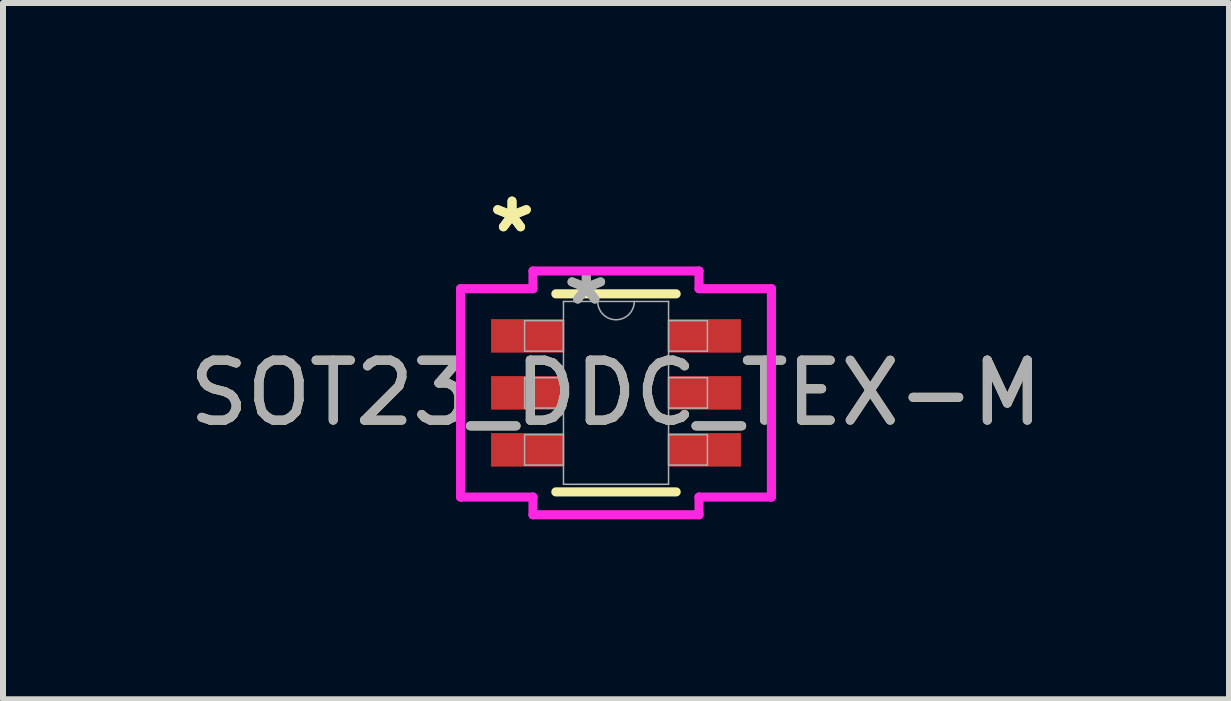
<source format=kicad_pcb>
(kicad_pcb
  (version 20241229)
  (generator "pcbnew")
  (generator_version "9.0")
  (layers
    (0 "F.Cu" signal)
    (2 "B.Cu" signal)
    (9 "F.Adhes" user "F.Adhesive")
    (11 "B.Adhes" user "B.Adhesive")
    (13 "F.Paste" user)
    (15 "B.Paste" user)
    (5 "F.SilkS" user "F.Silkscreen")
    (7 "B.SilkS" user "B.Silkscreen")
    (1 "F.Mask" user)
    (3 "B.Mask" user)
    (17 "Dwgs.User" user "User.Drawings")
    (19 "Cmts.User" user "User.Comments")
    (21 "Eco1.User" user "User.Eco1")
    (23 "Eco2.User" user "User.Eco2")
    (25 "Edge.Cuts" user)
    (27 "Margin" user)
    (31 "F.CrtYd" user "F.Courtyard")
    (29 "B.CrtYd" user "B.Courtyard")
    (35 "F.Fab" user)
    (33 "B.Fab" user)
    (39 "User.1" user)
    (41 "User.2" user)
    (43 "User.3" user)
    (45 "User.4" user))
  (footprint "SOT23_DDC_TEX-M"
    (layer "F.Cu")
    (at 7.22 3.5)
    (property "Reference" "SOT23_DDC_TEX-M" (at 0 0 0) (unlocked yes) (layer "F.SilkS") (effects (font (size 1 1) (thickness 0.15))))
    (attr smd)
    (fp_line (start -1.003 1.651) (end 1.003 1.651) (stroke (width 0.152) (type solid)) (layer "F.SilkS"))
    (fp_line (start 1.003 -1.651) (end -1.003 -1.651) (stroke (width 0.152) (type solid)) (layer "F.SilkS"))
    (fp_line (start -2.591 -1.737) (end -1.384 -1.737) (stroke (width 0.152) (type solid)) (layer "F.CrtYd"))
    (fp_line (start -2.591 1.737) (end -2.591 -1.737) (stroke (width 0.152) (type solid)) (layer "F.CrtYd"))
    (fp_line (start -2.591 1.737) (end -1.384 1.737) (stroke (width 0.152) (type solid)) (layer "F.CrtYd"))
    (fp_line (start -1.384 -2.032) (end 1.384 -2.032) (stroke (width 0.152) (type solid)) (layer "F.CrtYd"))
    (fp_line (start -1.384 -1.737) (end -1.384 -2.032) (stroke (width 0.152) (type solid)) (layer "F.CrtYd"))
    (fp_line (start -1.384 2.032) (end -1.384 1.737) (stroke (width 0.152) (type solid)) (layer "F.CrtYd"))
    (fp_line (start 1.384 -2.032) (end 1.384 -1.737) (stroke (width 0.152) (type solid)) (layer "F.CrtYd"))
    (fp_line (start 1.384 1.737) (end 1.384 2.032) (stroke (width 0.152) (type solid)) (layer "F.CrtYd"))
    (fp_line (start 1.384 2.032) (end -1.384 2.032) (stroke (width 0.152) (type solid)) (layer "F.CrtYd"))
    (fp_line (start 2.591 -1.737) (end 1.384 -1.737) (stroke (width 0.152) (type solid)) (layer "F.CrtYd"))
    (fp_line (start 2.591 -1.737) (end 2.591 1.737) (stroke (width 0.152) (type solid)) (layer "F.CrtYd"))
    (fp_line (start 2.591 1.737) (end 1.384 1.737) (stroke (width 0.152) (type solid)) (layer "F.CrtYd"))
    (fp_line (start -1.524 -1.204) (end -1.524 -0.696) (stroke (width 0.025) (type solid)) (layer "F.Fab"))
    (fp_line (start -1.524 -0.696) (end -0.876 -0.696) (stroke (width 0.025) (type solid)) (layer "F.Fab"))
    (fp_line (start -1.524 -0.254) (end -1.524 0.254) (stroke (width 0.025) (type solid)) (layer "F.Fab"))
    (fp_line (start -1.524 0.254) (end -0.876 0.254) (stroke (width 0.025) (type solid)) (layer "F.Fab"))
    (fp_line (start -1.524 0.696) (end -1.524 1.204) (stroke (width 0.025) (type solid)) (layer "F.Fab"))
    (fp_line (start -1.524 1.204) (end -0.876 1.204) (stroke (width 0.025) (type solid)) (layer "F.Fab"))
    (fp_line (start -0.876 -1.524) (end -0.876 1.524) (stroke (width 0.025) (type solid)) (layer "F.Fab"))
    (fp_line (start -0.876 -1.204) (end -1.524 -1.204) (stroke (width 0.025) (type solid)) (layer "F.Fab"))
    (fp_line (start -0.876 -0.696) (end -0.876 -1.204) (stroke (width 0.025) (type solid)) (layer "F.Fab"))
    (fp_line (start -0.876 -0.254) (end -1.524 -0.254) (stroke (width 0.025) (type solid)) (layer "F.Fab"))
    (fp_line (start -0.876 0.254) (end -0.876 -0.254) (stroke (width 0.025) (type solid)) (layer "F.Fab"))
    (fp_line (start -0.876 0.696) (end -1.524 0.696) (stroke (width 0.025) (type solid)) (layer "F.Fab"))
    (fp_line (start -0.876 1.204) (end -0.876 0.696) (stroke (width 0.025) (type solid)) (layer "F.Fab"))
    (fp_line (start -0.876 1.524) (end 0.876 1.524) (stroke (width 0.025) (type solid)) (layer "F.Fab"))
    (fp_line (start 0.876 -1.524) (end -0.876 -1.524) (stroke (width 0.025) (type solid)) (layer "F.Fab"))
    (fp_line (start 0.876 -1.204) (end 0.876 -0.696) (stroke (width 0.025) (type solid)) (layer "F.Fab"))
    (fp_line (start 0.876 -0.696) (end 1.524 -0.696) (stroke (width 0.025) (type solid)) (layer "F.Fab"))
    (fp_line (start 0.876 -0.254) (end 0.876 0.254) (stroke (width 0.025) (type solid)) (layer "F.Fab"))
    (fp_line (start 0.876 0.254) (end 1.524 0.254) (stroke (width 0.025) (type solid)) (layer "F.Fab"))
    (fp_line (start 0.876 0.696) (end 0.876 1.204) (stroke (width 0.025) (type solid)) (layer "F.Fab"))
    (fp_line (start 0.876 1.204) (end 1.524 1.204) (stroke (width 0.025) (type solid)) (layer "F.Fab"))
    (fp_line (start 0.876 1.524) (end 0.876 -1.524) (stroke (width 0.025) (type solid)) (layer "F.Fab"))
    (fp_line (start 1.524 -1.204) (end 0.876 -1.204) (stroke (width 0.025) (type solid)) (layer "F.Fab"))
    (fp_line (start 1.524 -0.696) (end 1.524 -1.204) (stroke (width 0.025) (type solid)) (layer "F.Fab"))
    (fp_line (start 1.524 -0.254) (end 0.876 -0.254) (stroke (width 0.025) (type solid)) (layer "F.Fab"))
    (fp_line (start 1.524 0.254) (end 1.524 -0.254) (stroke (width 0.025) (type solid)) (layer "F.Fab"))
    (fp_line (start 1.524 0.696) (end 0.876 0.696) (stroke (width 0.025) (type solid)) (layer "F.Fab"))
    (fp_line (start 1.524 1.204) (end 1.524 0.696) (stroke (width 0.025) (type solid)) (layer "F.Fab"))
    (fp_arc (start 0.3048 -1.524) (mid 0 -1.2192) (end -0.3048 -1.524) (stroke (width 0.0254) (type solid)) (layer "F.Fab"))
    (fp_text user "*" (at -1.734 -2.652 0) (unlocked yes) (layer "F.SilkS") (effects (font (size 1 1) (thickness 0.15))))
    (fp_text user "*" (at -1.734 -2.652 0) (layer "F.SilkS") (effects (font (size 1 1) (thickness 0.15))))
    (fp_text user "*" (at -0.495 -1.448 0) (unlocked yes) (layer "F.Fab") (effects (font (size 1 1) (thickness 0.15))))
    (fp_text user "*" (at -0.495 -1.448 0) (layer "F.Fab") (effects (font (size 1 1) (thickness 0.15))))
    (fp_text user "${REFERENCE}" (at 0 0 0) (unlocked yes) (layer "F.Fab") (effects (font (size 1 1) (thickness 0.15))))
    (pad "1" smd rect (at -1.48 -0.95) (size 1.206 0.559) (layers "F.Cu" "F.Mask" "F.Paste"))
    (pad "2" smd rect (at -1.48 0) (size 1.206 0.559) (layers "F.Cu" "F.Mask" "F.Paste"))
    (pad "3" smd rect (at -1.48 0.95) (size 1.206 0.559) (layers "F.Cu" "F.Mask" "F.Paste"))
    (pad "4" smd rect (at 1.48 0.95) (size 1.206 0.559) (layers "F.Cu" "F.Mask" "F.Paste"))
    (pad "5" smd rect (at 1.48 0) (size 1.206 0.559) (layers "F.Cu" "F.Mask" "F.Paste"))
    (pad "6" smd rect (at 1.48 -0.95) (size 1.206 0.559) (layers "F.Cu" "F.Mask" "F.Paste")))
  (gr_rect
    (start -3 -3)
    (end 17.44 8.608)
    (stroke (width 0.1) (type default))
    (fill no)
    (layer "Edge.Cuts")))
</source>
